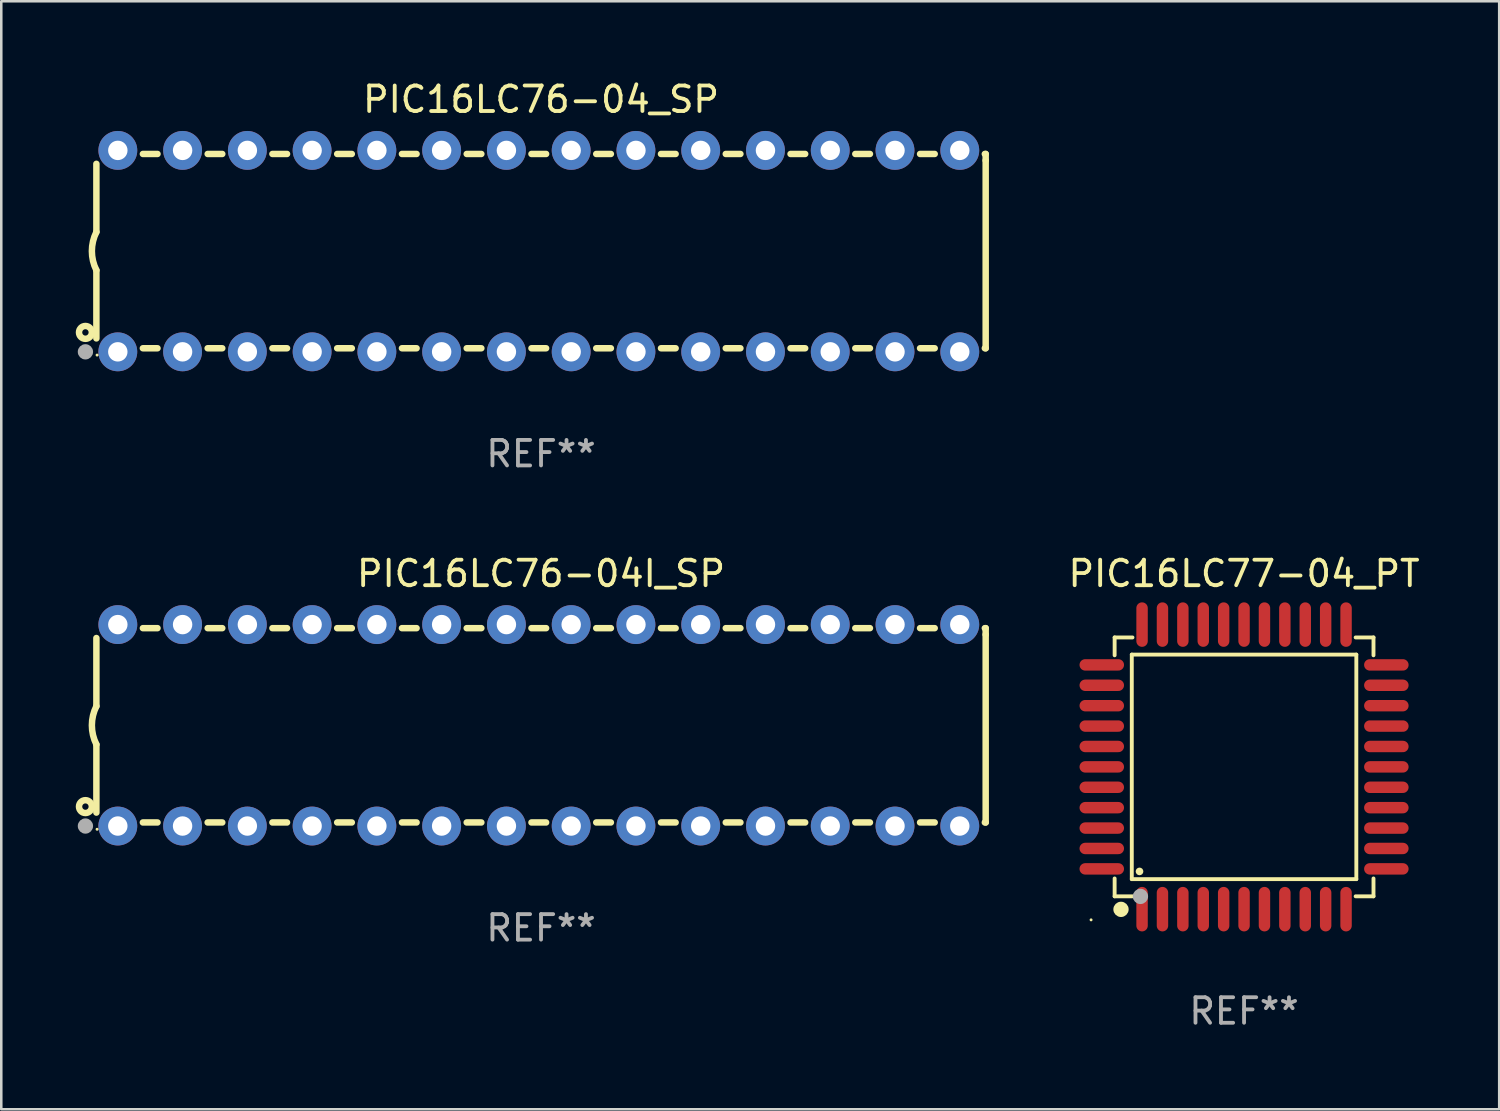
<source format=kicad_pcb>
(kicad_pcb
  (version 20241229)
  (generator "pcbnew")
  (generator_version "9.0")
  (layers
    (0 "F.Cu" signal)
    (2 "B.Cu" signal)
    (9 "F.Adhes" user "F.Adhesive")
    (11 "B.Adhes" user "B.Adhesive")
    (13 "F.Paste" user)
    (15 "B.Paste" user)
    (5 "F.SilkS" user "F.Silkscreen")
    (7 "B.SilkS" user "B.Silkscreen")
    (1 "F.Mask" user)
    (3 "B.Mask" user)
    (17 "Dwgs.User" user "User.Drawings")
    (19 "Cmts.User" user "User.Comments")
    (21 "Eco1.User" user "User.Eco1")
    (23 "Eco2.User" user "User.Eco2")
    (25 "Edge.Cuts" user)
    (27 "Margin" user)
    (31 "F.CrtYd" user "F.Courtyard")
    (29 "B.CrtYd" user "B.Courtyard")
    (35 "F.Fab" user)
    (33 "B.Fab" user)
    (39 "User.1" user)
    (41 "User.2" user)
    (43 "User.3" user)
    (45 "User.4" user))
  (footprint "PIC16LC77-04_PT"
    (layer "F.Cu")
    (at 45.739 27.025)
    (property "Reference" "PIC16LC77-04_PT" (at 0 -7.58 0) (layer "F.SilkS") (effects (font (size 1 1) (thickness 0.15))))
    (attr through_hole)
    (fp_line (start -5.076 -5.076) (end -5.076 -4.376) (stroke (width 0.152) (type solid)) (layer "F.SilkS"))
    (fp_line (start -5.076 5.076) (end -5.076 4.376) (stroke (width 0.152) (type solid)) (layer "F.SilkS"))
    (fp_line (start -4.403 -4.403) (end 4.403 -4.403) (stroke (width 0.152) (type solid)) (layer "F.SilkS"))
    (fp_line (start -4.403 4.403) (end -4.403 -4.403) (stroke (width 0.152) (type solid)) (layer "F.SilkS"))
    (fp_line (start -4.376 -5.076) (end -5.076 -5.076) (stroke (width 0.152) (type solid)) (layer "F.SilkS"))
    (fp_line (start -4.376 5.076) (end -5.076 5.076) (stroke (width 0.152) (type solid)) (layer "F.SilkS"))
    (fp_line (start 4.376 -5.076) (end 5.076 -5.076) (stroke (width 0.152) (type solid)) (layer "F.SilkS"))
    (fp_line (start 4.376 5.076) (end 5.076 5.076) (stroke (width 0.152) (type solid)) (layer "F.SilkS"))
    (fp_line (start 4.403 -4.403) (end 4.403 4.403) (stroke (width 0.152) (type solid)) (layer "F.SilkS"))
    (fp_line (start 4.403 4.403) (end -4.403 4.403) (stroke (width 0.152) (type solid)) (layer "F.SilkS"))
    (fp_line (start 5.076 -5.076) (end 5.076 -4.376) (stroke (width 0.152) (type solid)) (layer "F.SilkS"))
    (fp_line (start 5.076 5.076) (end 5.076 4.376) (stroke (width 0.152) (type solid)) (layer "F.SilkS"))
    (fp_circle (center -6 6) (end -5.97 6) (stroke (width 0.06) (type solid)) (fill no) (layer "F.SilkS"))
    (fp_circle (center -4.826 5.588) (end -4.676 5.588) (stroke (width 0.3) (type solid)) (fill no) (layer "F.SilkS"))
    (fp_circle (center -4.1 4.1) (end -4.025 4.1) (stroke (width 0.15) (type solid)) (fill no) (layer "F.SilkS"))
    (fp_circle (center -4.064 5.08) (end -3.914 5.08) (stroke (width 0.3) (type solid)) (fill no) (layer "F.Fab"))
    (fp_text user "REF**" (at 0 9.58 0) (layer "F.Fab") (effects (font (size 1 1) (thickness 0.15))))
    (pad "1" smd oval (at -4 5.58) (size 0.448 1.745) (layers "F.Cu" "F.Mask" "F.Paste"))
    (pad "2" smd oval (at -3.2 5.58) (size 0.448 1.745) (layers "F.Cu" "F.Mask" "F.Paste"))
    (pad "3" smd oval (at -2.4 5.58) (size 0.448 1.745) (layers "F.Cu" "F.Mask" "F.Paste"))
    (pad "4" smd oval (at -1.6 5.58) (size 0.448 1.745) (layers "F.Cu" "F.Mask" "F.Paste"))
    (pad "5" smd oval (at -0.8 5.58) (size 0.448 1.745) (layers "F.Cu" "F.Mask" "F.Paste"))
    (pad "6" smd oval (at 0 5.58) (size 0.448 1.745) (layers "F.Cu" "F.Mask" "F.Paste"))
    (pad "7" smd oval (at 0.8 5.58) (size 0.448 1.745) (layers "F.Cu" "F.Mask" "F.Paste"))
    (pad "8" smd oval (at 1.6 5.58) (size 0.448 1.745) (layers "F.Cu" "F.Mask" "F.Paste"))
    (pad "9" smd oval (at 2.4 5.58) (size 0.448 1.745) (layers "F.Cu" "F.Mask" "F.Paste"))
    (pad "10" smd oval (at 3.2 5.58) (size 0.448 1.745) (layers "F.Cu" "F.Mask" "F.Paste"))
    (pad "11" smd oval (at 4 5.58) (size 0.448 1.745) (layers "F.Cu" "F.Mask" "F.Paste"))
    (pad "12" smd oval (at 5.58 4) (size 1.745 0.448) (layers "F.Cu" "F.Mask" "F.Paste"))
    (pad "13" smd oval (at 5.58 3.2) (size 1.745 0.448) (layers "F.Cu" "F.Mask" "F.Paste"))
    (pad "14" smd oval (at 5.58 2.4) (size 1.745 0.448) (layers "F.Cu" "F.Mask" "F.Paste"))
    (pad "15" smd oval (at 5.58 1.6) (size 1.745 0.448) (layers "F.Cu" "F.Mask" "F.Paste"))
    (pad "16" smd oval (at 5.58 0.8) (size 1.745 0.448) (layers "F.Cu" "F.Mask" "F.Paste"))
    (pad "17" smd oval (at 5.58 0) (size 1.745 0.448) (layers "F.Cu" "F.Mask" "F.Paste"))
    (pad "18" smd oval (at 5.58 -0.8) (size 1.745 0.448) (layers "F.Cu" "F.Mask" "F.Paste"))
    (pad "19" smd oval (at 5.58 -1.6) (size 1.745 0.448) (layers "F.Cu" "F.Mask" "F.Paste"))
    (pad "20" smd oval (at 5.58 -2.4) (size 1.745 0.448) (layers "F.Cu" "F.Mask" "F.Paste"))
    (pad "21" smd oval (at 5.58 -3.2) (size 1.745 0.448) (layers "F.Cu" "F.Mask" "F.Paste"))
    (pad "22" smd oval (at 5.58 -4) (size 1.745 0.448) (layers "F.Cu" "F.Mask" "F.Paste"))
    (pad "23" smd oval (at 4 -5.58) (size 0.448 1.745) (layers "F.Cu" "F.Mask" "F.Paste"))
    (pad "24" smd oval (at 3.2 -5.58) (size 0.448 1.745) (layers "F.Cu" "F.Mask" "F.Paste"))
    (pad "25" smd oval (at 2.4 -5.58) (size 0.448 1.745) (layers "F.Cu" "F.Mask" "F.Paste"))
    (pad "26" smd oval (at 1.6 -5.58) (size 0.448 1.745) (layers "F.Cu" "F.Mask" "F.Paste"))
    (pad "27" smd oval (at 0.8 -5.58) (size 0.448 1.745) (layers "F.Cu" "F.Mask" "F.Paste"))
    (pad "28" smd oval (at 0 -5.58) (size 0.448 1.745) (layers "F.Cu" "F.Mask" "F.Paste"))
    (pad "29" smd oval (at -0.8 -5.58) (size 0.448 1.745) (layers "F.Cu" "F.Mask" "F.Paste"))
    (pad "30" smd oval (at -1.6 -5.58) (size 0.448 1.745) (layers "F.Cu" "F.Mask" "F.Paste"))
    (pad "31" smd oval (at -2.4 -5.58) (size 0.448 1.745) (layers "F.Cu" "F.Mask" "F.Paste"))
    (pad "32" smd oval (at -3.2 -5.58) (size 0.448 1.745) (layers "F.Cu" "F.Mask" "F.Paste"))
    (pad "33" smd oval (at -4 -5.58) (size 0.448 1.745) (layers "F.Cu" "F.Mask" "F.Paste"))
    (pad "34" smd oval (at -5.58 -4) (size 1.745 0.448) (layers "F.Cu" "F.Mask" "F.Paste"))
    (pad "35" smd oval (at -5.58 -3.2) (size 1.745 0.448) (layers "F.Cu" "F.Mask" "F.Paste"))
    (pad "36" smd oval (at -5.58 -2.4) (size 1.745 0.448) (layers "F.Cu" "F.Mask" "F.Paste"))
    (pad "37" smd oval (at -5.58 -1.6) (size 1.745 0.448) (layers "F.Cu" "F.Mask" "F.Paste"))
    (pad "38" smd oval (at -5.58 -0.8) (size 1.745 0.448) (layers "F.Cu" "F.Mask" "F.Paste"))
    (pad "39" smd oval (at -5.58 0) (size 1.745 0.448) (layers "F.Cu" "F.Mask" "F.Paste"))
    (pad "40" smd oval (at -5.58 0.8) (size 1.745 0.448) (layers "F.Cu" "F.Mask" "F.Paste"))
    (pad "41" smd oval (at -5.58 1.6) (size 1.745 0.448) (layers "F.Cu" "F.Mask" "F.Paste"))
    (pad "42" smd oval (at -5.58 2.4) (size 1.745 0.448) (layers "F.Cu" "F.Mask" "F.Paste"))
    (pad "43" smd oval (at -5.58 3.2) (size 1.745 0.448) (layers "F.Cu" "F.Mask" "F.Paste"))
    (pad "44" smd oval (at -5.58 4) (size 1.745 0.448) (layers "F.Cu" "F.Mask" "F.Paste")))
  (footprint "PIC16LC76-04I_SP"
    (layer "F.Cu")
    (at 18.168 25.395)
    (property "Reference" "PIC16LC76-04I_SP" (at 0 -5.95 0) (layer "F.SilkS") (effects (font (size 1 1) (thickness 0.15))))
    (attr through_hole)
    (fp_line (start -17.438 0.75) (end -17.438 3.423) (stroke (width 0.254) (type solid)) (layer "F.SilkS"))
    (fp_line (start -17.438 -3.423) (end -17.438 -0.75) (stroke (width 0.254) (type solid)) (layer "F.SilkS"))
    (fp_line (start -15.615 3.81) (end -15.041 3.81) (stroke (width 0.254) (type solid)) (layer "F.SilkS"))
    (fp_line (start -15.041 -3.81) (end -15.614 -3.81) (stroke (width 0.254) (type solid)) (layer "F.SilkS"))
    (fp_line (start -13.075 3.81) (end -12.501 3.81) (stroke (width 0.254) (type solid)) (layer "F.SilkS"))
    (fp_line (start -12.501 -3.81) (end -13.074 -3.81) (stroke (width 0.254) (type solid)) (layer "F.SilkS"))
    (fp_line (start -10.535 3.81) (end -9.961 3.81) (stroke (width 0.254) (type solid)) (layer "F.SilkS"))
    (fp_line (start -9.961 -3.81) (end -10.534 -3.81) (stroke (width 0.254) (type solid)) (layer "F.SilkS"))
    (fp_line (start -7.995 3.81) (end -7.421 3.81) (stroke (width 0.254) (type solid)) (layer "F.SilkS"))
    (fp_line (start -7.421 -3.81) (end -7.995 -3.81) (stroke (width 0.254) (type solid)) (layer "F.SilkS"))
    (fp_line (start -5.455 3.81) (end -4.881 3.81) (stroke (width 0.254) (type solid)) (layer "F.SilkS"))
    (fp_line (start -4.881 -3.81) (end -5.455 -3.81) (stroke (width 0.254) (type solid)) (layer "F.SilkS"))
    (fp_line (start -2.915 3.81) (end -2.341 3.81) (stroke (width 0.254) (type solid)) (layer "F.SilkS"))
    (fp_line (start -2.341 -3.81) (end -2.915 -3.81) (stroke (width 0.254) (type solid)) (layer "F.SilkS"))
    (fp_line (start -0.375 3.81) (end 0.199 3.81) (stroke (width 0.254) (type solid)) (layer "F.SilkS"))
    (fp_line (start 0.199 -3.81) (end -0.375 -3.81) (stroke (width 0.254) (type solid)) (layer "F.SilkS"))
    (fp_line (start 2.165 3.81) (end 2.739 3.81) (stroke (width 0.254) (type solid)) (layer "F.SilkS"))
    (fp_line (start 2.739 -3.81) (end 2.165 -3.81) (stroke (width 0.254) (type solid)) (layer "F.SilkS"))
    (fp_line (start 4.705 3.81) (end 5.279 3.81) (stroke (width 0.254) (type solid)) (layer "F.SilkS"))
    (fp_line (start 5.279 -3.81) (end 4.705 -3.81) (stroke (width 0.254) (type solid)) (layer "F.SilkS"))
    (fp_line (start 7.245 3.81) (end 7.819 3.81) (stroke (width 0.254) (type solid)) (layer "F.SilkS"))
    (fp_line (start 7.819 -3.81) (end 7.245 -3.81) (stroke (width 0.254) (type solid)) (layer "F.SilkS"))
    (fp_line (start 9.785 3.81) (end 10.359 3.81) (stroke (width 0.254) (type solid)) (layer "F.SilkS"))
    (fp_line (start 10.359 -3.81) (end 9.785 -3.81) (stroke (width 0.254) (type solid)) (layer "F.SilkS"))
    (fp_line (start 12.325 3.81) (end 12.899 3.81) (stroke (width 0.254) (type solid)) (layer "F.SilkS"))
    (fp_line (start 12.899 -3.81) (end 12.325 -3.81) (stroke (width 0.254) (type solid)) (layer "F.SilkS"))
    (fp_line (start 14.865 3.81) (end 15.439 3.81) (stroke (width 0.254) (type solid)) (layer "F.SilkS"))
    (fp_line (start 15.439 -3.81) (end 14.865 -3.81) (stroke (width 0.254) (type solid)) (layer "F.SilkS"))
    (fp_line (start 17.405 3.81) (end 17.438 3.81) (stroke (width 0.254) (type solid)) (layer "F.SilkS"))
    (fp_line (start 17.438 -3.81) (end 17.405 -3.81) (stroke (width 0.254) (type solid)) (layer "F.SilkS"))
    (fp_line (start 17.438 -3.556) (end 17.438 -3.81) (stroke (width 0.254) (type solid)) (layer "F.SilkS"))
    (fp_line (start 17.438 3.81) (end 17.438 -3.556) (stroke (width 0.254) (type solid)) (layer "F.SilkS"))
    (fp_arc (start -17.437986 0.749657) (mid -17.614887 -0.000024) (end -17.437783 -0.749657) (stroke (width 0.254001) (type solid)) (layer "F.SilkS"))
    (fp_circle (center -17.868 3.188) (end -17.743 3.188) (stroke (width 0.254) (type solid)) (fill no) (layer "F.SilkS"))
    (fp_circle (center -17.411 4.077) (end -17.381 4.077) (stroke (width 0.06) (type solid)) (fill no) (layer "F.SilkS"))
    (fp_circle (center -17.868 3.95) (end -17.718 3.95) (stroke (width 0.3) (type solid)) (fill no) (layer "F.Fab"))
    (fp_text user "REF**" (at 0 7.95 0) (layer "F.Fab") (effects (font (size 1 1) (thickness 0.15))))
    (pad "1" thru_hole circle (at -16.598 3.95) (size 1.524 1.524) (drill 0.762) (layers "*.Cu" "*.Mask"))
    (pad "2" thru_hole circle (at -14.058 3.95) (size 1.524 1.524) (drill 0.762) (layers "*.Cu" "*.Mask"))
    (pad "3" thru_hole circle (at -11.518 3.95) (size 1.524 1.524) (drill 0.762) (layers "*.Cu" "*.Mask"))
    (pad "4" thru_hole circle (at -8.978 3.95) (size 1.524 1.524) (drill 0.762) (layers "*.Cu" "*.Mask"))
    (pad "5" thru_hole circle (at -6.438 3.95) (size 1.524 1.524) (drill 0.762) (layers "*.Cu" "*.Mask"))
    (pad "6" thru_hole circle (at -3.898 3.95) (size 1.524 1.524) (drill 0.762) (layers "*.Cu" "*.Mask"))
    (pad "7" thru_hole circle (at -1.358 3.95) (size 1.524 1.524) (drill 0.762) (layers "*.Cu" "*.Mask"))
    (pad "8" thru_hole circle (at 1.182 3.95) (size 1.524 1.524) (drill 0.762) (layers "*.Cu" "*.Mask"))
    (pad "9" thru_hole circle (at 3.722 3.95) (size 1.524 1.524) (drill 0.762) (layers "*.Cu" "*.Mask"))
    (pad "10" thru_hole circle (at 6.262 3.95) (size 1.524 1.524) (drill 0.762) (layers "*.Cu" "*.Mask"))
    (pad "11" thru_hole circle (at 8.802 3.95) (size 1.524 1.524) (drill 0.762) (layers "*.Cu" "*.Mask"))
    (pad "12" thru_hole circle (at 11.342 3.95) (size 1.524 1.524) (drill 0.762) (layers "*.Cu" "*.Mask"))
    (pad "13" thru_hole circle (at 13.882 3.95) (size 1.524 1.524) (drill 0.762) (layers "*.Cu" "*.Mask"))
    (pad "14" thru_hole circle (at 16.422 3.95) (size 1.524 1.524) (drill 0.762) (layers "*.Cu" "*.Mask"))
    (pad "15" thru_hole circle (at 16.422 -3.95) (size 1.524 1.524) (drill 0.762) (layers "*.Cu" "*.Mask"))
    (pad "16" thru_hole circle (at 13.882 -3.95) (size 1.524 1.524) (drill 0.762) (layers "*.Cu" "*.Mask"))
    (pad "17" thru_hole circle (at 11.342 -3.95) (size 1.524 1.524) (drill 0.762) (layers "*.Cu" "*.Mask"))
    (pad "18" thru_hole circle (at 8.802 -3.95) (size 1.524 1.524) (drill 0.762) (layers "*.Cu" "*.Mask"))
    (pad "19" thru_hole circle (at 6.262 -3.95) (size 1.524 1.524) (drill 0.762) (layers "*.Cu" "*.Mask"))
    (pad "20" thru_hole circle (at 3.722 -3.95) (size 1.524 1.524) (drill 0.762) (layers "*.Cu" "*.Mask"))
    (pad "21" thru_hole circle (at 1.182 -3.95) (size 1.524 1.524) (drill 0.762) (layers "*.Cu" "*.Mask"))
    (pad "22" thru_hole circle (at -1.358 -3.95) (size 1.524 1.524) (drill 0.762) (layers "*.Cu" "*.Mask"))
    (pad "23" thru_hole circle (at -3.898 -3.95) (size 1.524 1.524) (drill 0.762) (layers "*.Cu" "*.Mask"))
    (pad "24" thru_hole circle (at -6.438 -3.95) (size 1.524 1.524) (drill 0.762) (layers "*.Cu" "*.Mask"))
    (pad "25" thru_hole circle (at -8.978 -3.95) (size 1.524 1.524) (drill 0.762) (layers "*.Cu" "*.Mask"))
    (pad "26" thru_hole circle (at -11.517 -3.95) (size 1.524 1.524) (drill 0.762) (layers "*.Cu" "*.Mask"))
    (pad "27" thru_hole circle (at -14.057 -3.95) (size 1.524 1.524) (drill 0.762) (layers "*.Cu" "*.Mask"))
    (pad "28" thru_hole circle (at -16.597 -3.95) (size 1.524 1.524) (drill 0.762) (layers "*.Cu" "*.Mask")))
  (footprint "PIC16LC76-04_SP"
    (layer "F.Cu")
    (at 18.168 6.798)
    (property "Reference" "PIC16LC76-04_SP" (at 0 -5.95 0) (layer "F.SilkS") (effects (font (size 1 1) (thickness 0.15))))
    (attr through_hole)
    (fp_line (start -17.438 0.75) (end -17.438 3.423) (stroke (width 0.254) (type solid)) (layer "F.SilkS"))
    (fp_line (start -17.438 -3.423) (end -17.438 -0.75) (stroke (width 0.254) (type solid)) (layer "F.SilkS"))
    (fp_line (start -15.615 3.81) (end -15.041 3.81) (stroke (width 0.254) (type solid)) (layer "F.SilkS"))
    (fp_line (start -15.041 -3.81) (end -15.614 -3.81) (stroke (width 0.254) (type solid)) (layer "F.SilkS"))
    (fp_line (start -13.075 3.81) (end -12.501 3.81) (stroke (width 0.254) (type solid)) (layer "F.SilkS"))
    (fp_line (start -12.501 -3.81) (end -13.074 -3.81) (stroke (width 0.254) (type solid)) (layer "F.SilkS"))
    (fp_line (start -10.535 3.81) (end -9.961 3.81) (stroke (width 0.254) (type solid)) (layer "F.SilkS"))
    (fp_line (start -9.961 -3.81) (end -10.534 -3.81) (stroke (width 0.254) (type solid)) (layer "F.SilkS"))
    (fp_line (start -7.995 3.81) (end -7.421 3.81) (stroke (width 0.254) (type solid)) (layer "F.SilkS"))
    (fp_line (start -7.421 -3.81) (end -7.995 -3.81) (stroke (width 0.254) (type solid)) (layer "F.SilkS"))
    (fp_line (start -5.455 3.81) (end -4.881 3.81) (stroke (width 0.254) (type solid)) (layer "F.SilkS"))
    (fp_line (start -4.881 -3.81) (end -5.455 -3.81) (stroke (width 0.254) (type solid)) (layer "F.SilkS"))
    (fp_line (start -2.915 3.81) (end -2.341 3.81) (stroke (width 0.254) (type solid)) (layer "F.SilkS"))
    (fp_line (start -2.341 -3.81) (end -2.915 -3.81) (stroke (width 0.254) (type solid)) (layer "F.SilkS"))
    (fp_line (start -0.375 3.81) (end 0.199 3.81) (stroke (width 0.254) (type solid)) (layer "F.SilkS"))
    (fp_line (start 0.199 -3.81) (end -0.375 -3.81) (stroke (width 0.254) (type solid)) (layer "F.SilkS"))
    (fp_line (start 2.165 3.81) (end 2.739 3.81) (stroke (width 0.254) (type solid)) (layer "F.SilkS"))
    (fp_line (start 2.739 -3.81) (end 2.165 -3.81) (stroke (width 0.254) (type solid)) (layer "F.SilkS"))
    (fp_line (start 4.705 3.81) (end 5.279 3.81) (stroke (width 0.254) (type solid)) (layer "F.SilkS"))
    (fp_line (start 5.279 -3.81) (end 4.705 -3.81) (stroke (width 0.254) (type solid)) (layer "F.SilkS"))
    (fp_line (start 7.245 3.81) (end 7.819 3.81) (stroke (width 0.254) (type solid)) (layer "F.SilkS"))
    (fp_line (start 7.819 -3.81) (end 7.245 -3.81) (stroke (width 0.254) (type solid)) (layer "F.SilkS"))
    (fp_line (start 9.785 3.81) (end 10.359 3.81) (stroke (width 0.254) (type solid)) (layer "F.SilkS"))
    (fp_line (start 10.359 -3.81) (end 9.785 -3.81) (stroke (width 0.254) (type solid)) (layer "F.SilkS"))
    (fp_line (start 12.325 3.81) (end 12.899 3.81) (stroke (width 0.254) (type solid)) (layer "F.SilkS"))
    (fp_line (start 12.899 -3.81) (end 12.325 -3.81) (stroke (width 0.254) (type solid)) (layer "F.SilkS"))
    (fp_line (start 14.865 3.81) (end 15.439 3.81) (stroke (width 0.254) (type solid)) (layer "F.SilkS"))
    (fp_line (start 15.439 -3.81) (end 14.865 -3.81) (stroke (width 0.254) (type solid)) (layer "F.SilkS"))
    (fp_line (start 17.405 3.81) (end 17.438 3.81) (stroke (width 0.254) (type solid)) (layer "F.SilkS"))
    (fp_line (start 17.438 -3.81) (end 17.405 -3.81) (stroke (width 0.254) (type solid)) (layer "F.SilkS"))
    (fp_line (start 17.438 -3.556) (end 17.438 -3.81) (stroke (width 0.254) (type solid)) (layer "F.SilkS"))
    (fp_line (start 17.438 3.81) (end 17.438 -3.556) (stroke (width 0.254) (type solid)) (layer "F.SilkS"))
    (fp_arc (start -17.437986 0.749657) (mid -17.614887 -0.000024) (end -17.437783 -0.749657) (stroke (width 0.254001) (type solid)) (layer "F.SilkS"))
    (fp_circle (center -17.868 3.188) (end -17.743 3.188) (stroke (width 0.254) (type solid)) (fill no) (layer "F.SilkS"))
    (fp_circle (center -17.411 4.077) (end -17.381 4.077) (stroke (width 0.06) (type solid)) (fill no) (layer "F.SilkS"))
    (fp_circle (center -17.868 3.95) (end -17.718 3.95) (stroke (width 0.3) (type solid)) (fill no) (layer "F.Fab"))
    (fp_text user "REF**" (at 0 7.95 0) (layer "F.Fab") (effects (font (size 1 1) (thickness 0.15))))
    (pad "1" thru_hole circle (at -16.598 3.95) (size 1.524 1.524) (drill 0.762) (layers "*.Cu" "*.Mask"))
    (pad "2" thru_hole circle (at -14.058 3.95) (size 1.524 1.524) (drill 0.762) (layers "*.Cu" "*.Mask"))
    (pad "3" thru_hole circle (at -11.518 3.95) (size 1.524 1.524) (drill 0.762) (layers "*.Cu" "*.Mask"))
    (pad "4" thru_hole circle (at -8.978 3.95) (size 1.524 1.524) (drill 0.762) (layers "*.Cu" "*.Mask"))
    (pad "5" thru_hole circle (at -6.438 3.95) (size 1.524 1.524) (drill 0.762) (layers "*.Cu" "*.Mask"))
    (pad "6" thru_hole circle (at -3.898 3.95) (size 1.524 1.524) (drill 0.762) (layers "*.Cu" "*.Mask"))
    (pad "7" thru_hole circle (at -1.358 3.95) (size 1.524 1.524) (drill 0.762) (layers "*.Cu" "*.Mask"))
    (pad "8" thru_hole circle (at 1.182 3.95) (size 1.524 1.524) (drill 0.762) (layers "*.Cu" "*.Mask"))
    (pad "9" thru_hole circle (at 3.722 3.95) (size 1.524 1.524) (drill 0.762) (layers "*.Cu" "*.Mask"))
    (pad "10" thru_hole circle (at 6.262 3.95) (size 1.524 1.524) (drill 0.762) (layers "*.Cu" "*.Mask"))
    (pad "11" thru_hole circle (at 8.802 3.95) (size 1.524 1.524) (drill 0.762) (layers "*.Cu" "*.Mask"))
    (pad "12" thru_hole circle (at 11.342 3.95) (size 1.524 1.524) (drill 0.762) (layers "*.Cu" "*.Mask"))
    (pad "13" thru_hole circle (at 13.882 3.95) (size 1.524 1.524) (drill 0.762) (layers "*.Cu" "*.Mask"))
    (pad "14" thru_hole circle (at 16.422 3.95) (size 1.524 1.524) (drill 0.762) (layers "*.Cu" "*.Mask"))
    (pad "15" thru_hole circle (at 16.422 -3.95) (size 1.524 1.524) (drill 0.762) (layers "*.Cu" "*.Mask"))
    (pad "16" thru_hole circle (at 13.882 -3.95) (size 1.524 1.524) (drill 0.762) (layers "*.Cu" "*.Mask"))
    (pad "17" thru_hole circle (at 11.342 -3.95) (size 1.524 1.524) (drill 0.762) (layers "*.Cu" "*.Mask"))
    (pad "18" thru_hole circle (at 8.802 -3.95) (size 1.524 1.524) (drill 0.762) (layers "*.Cu" "*.Mask"))
    (pad "19" thru_hole circle (at 6.262 -3.95) (size 1.524 1.524) (drill 0.762) (layers "*.Cu" "*.Mask"))
    (pad "20" thru_hole circle (at 3.722 -3.95) (size 1.524 1.524) (drill 0.762) (layers "*.Cu" "*.Mask"))
    (pad "21" thru_hole circle (at 1.182 -3.95) (size 1.524 1.524) (drill 0.762) (layers "*.Cu" "*.Mask"))
    (pad "22" thru_hole circle (at -1.358 -3.95) (size 1.524 1.524) (drill 0.762) (layers "*.Cu" "*.Mask"))
    (pad "23" thru_hole circle (at -3.898 -3.95) (size 1.524 1.524) (drill 0.762) (layers "*.Cu" "*.Mask"))
    (pad "24" thru_hole circle (at -6.438 -3.95) (size 1.524 1.524) (drill 0.762) (layers "*.Cu" "*.Mask"))
    (pad "25" thru_hole circle (at -8.978 -3.95) (size 1.524 1.524) (drill 0.762) (layers "*.Cu" "*.Mask"))
    (pad "26" thru_hole circle (at -11.517 -3.95) (size 1.524 1.524) (drill 0.762) (layers "*.Cu" "*.Mask"))
    (pad "27" thru_hole circle (at -14.057 -3.95) (size 1.524 1.524) (drill 0.762) (layers "*.Cu" "*.Mask"))
    (pad "28" thru_hole circle (at -16.597 -3.95) (size 1.524 1.524) (drill 0.762) (layers "*.Cu" "*.Mask")))
  (gr_rect
    (start -3 -3)
    (end 55.745 40.453)
    (stroke (width 0.1) (type default))
    (fill no)
    (layer "Edge.Cuts")))
</source>
